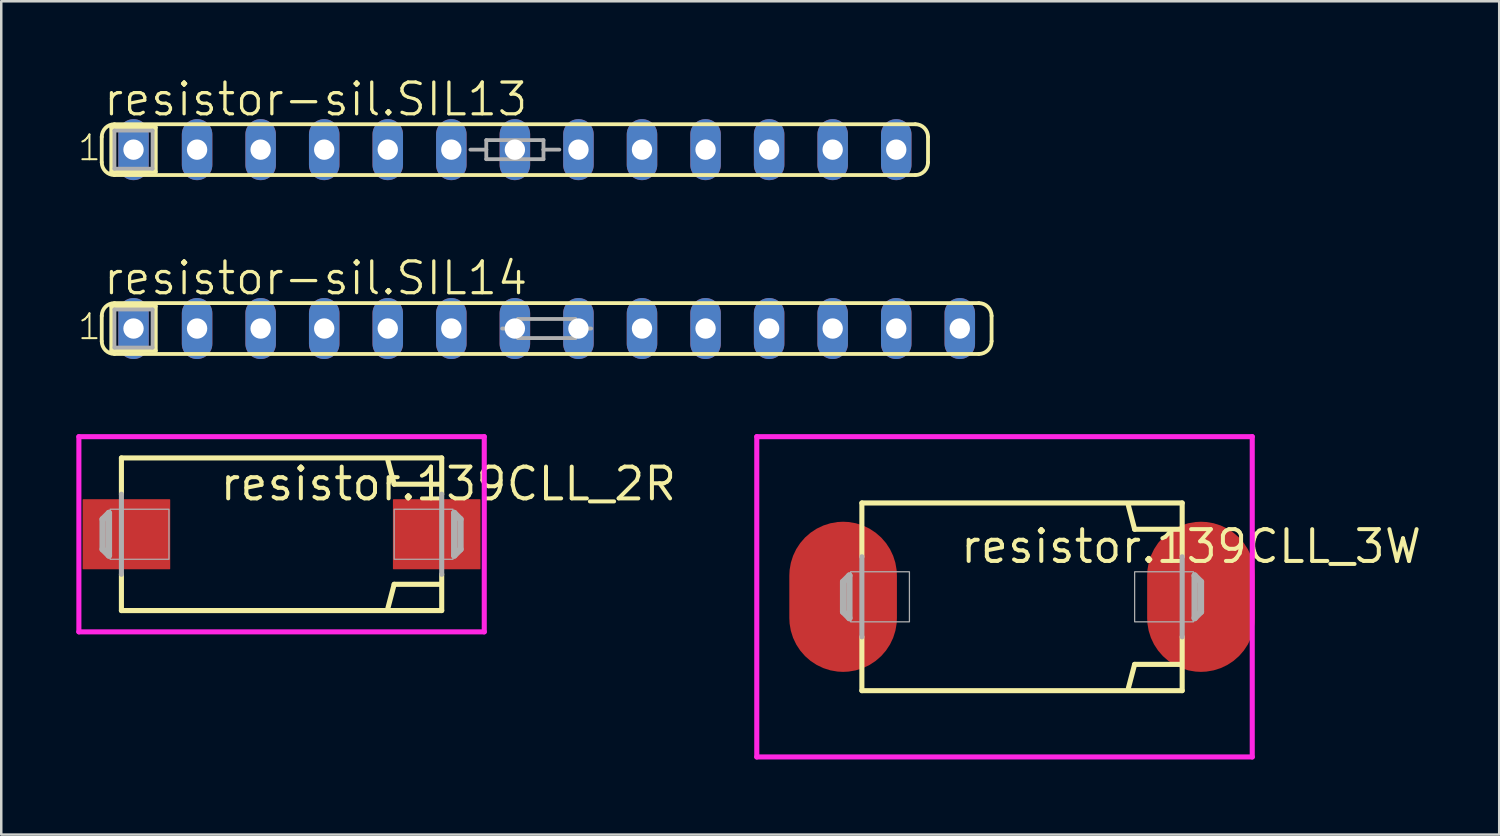
<source format=kicad_pcb>
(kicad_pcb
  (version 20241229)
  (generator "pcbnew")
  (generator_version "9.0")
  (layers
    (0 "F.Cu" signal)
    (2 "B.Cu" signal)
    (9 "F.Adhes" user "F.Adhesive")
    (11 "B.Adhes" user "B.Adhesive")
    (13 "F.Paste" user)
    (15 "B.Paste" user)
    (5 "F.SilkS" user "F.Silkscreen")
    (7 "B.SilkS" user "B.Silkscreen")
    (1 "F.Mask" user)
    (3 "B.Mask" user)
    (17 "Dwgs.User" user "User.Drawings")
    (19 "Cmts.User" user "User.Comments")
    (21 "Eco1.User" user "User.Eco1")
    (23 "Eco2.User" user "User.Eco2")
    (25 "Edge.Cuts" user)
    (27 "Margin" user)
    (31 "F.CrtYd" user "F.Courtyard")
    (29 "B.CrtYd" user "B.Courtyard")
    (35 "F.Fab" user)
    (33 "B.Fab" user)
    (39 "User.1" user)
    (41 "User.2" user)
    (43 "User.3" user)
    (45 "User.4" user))
  (footprint "resistor.139CLL_2R"
    (layer "F.Cu")
    (at 8.202 18.3)
    (property "Reference" "resistor.139CLL_2R" (at -2.54 -1.27 0) (layer "F.SilkS") (effects (font (size 1.27 1.27) (thickness 0.16)) (justify left bottom)))
    (attr smd)
    (fp_line (start -6.4 -3.05) (end 6.4 -3.05) (stroke (width 0.203) (type default)) (layer "F.SilkS"))
    (fp_line (start -6.4 -1.6) (end -6.4 -3.05) (stroke (width 0.203) (type default)) (layer "F.SilkS"))
    (fp_line (start -6.4 3.05) (end -6.4 1.6) (stroke (width 0.203) (type default)) (layer "F.SilkS"))
    (fp_line (start 4.5 -2) (end 4.25 -2.95) (stroke (width 0.203) (type default)) (layer "F.SilkS"))
    (fp_line (start 4.5 2) (end 4.25 2.95) (stroke (width 0.203) (type default)) (layer "F.SilkS"))
    (fp_line (start 6.35 -2) (end 4.5 -2) (stroke (width 0.203) (type default)) (layer "F.SilkS"))
    (fp_line (start 6.35 2) (end 4.5 2) (stroke (width 0.203) (type default)) (layer "F.SilkS"))
    (fp_line (start 6.4 -3.05) (end 6.4 -1.6) (stroke (width 0.203) (type default)) (layer "F.SilkS"))
    (fp_line (start 6.4 1.6) (end 6.4 3.05) (stroke (width 0.203) (type default)) (layer "F.SilkS"))
    (fp_line (start 6.4 3.05) (end -6.4 3.05) (stroke (width 0.203) (type default)) (layer "F.SilkS"))
    (fp_line (start -8.1 -3.9) (end -8.1 3.9) (stroke (width 0.203) (type default)) (layer "F.CrtYd"))
    (fp_line (start -8.1 3.9) (end 8.1 3.9) (stroke (width 0.203) (type default)) (layer "F.CrtYd"))
    (fp_line (start 8.1 -3.9) (end -8.1 -3.9) (stroke (width 0.203) (type default)) (layer "F.CrtYd"))
    (fp_line (start 8.1 3.9) (end 8.1 -3.9) (stroke (width 0.203) (type default)) (layer "F.CrtYd"))
    (fp_line (start -7.15 -0.6) (end -6.9 -0.85) (stroke (width 0.254) (type default)) (layer "F.Fab"))
    (fp_line (start -7.15 0.6) (end -7.15 -0.6) (stroke (width 0.254) (type default)) (layer "F.Fab"))
    (fp_line (start -6.9 -0.85) (end -6.9 0.85) (stroke (width 0.254) (type default)) (layer "F.Fab"))
    (fp_line (start -6.9 0.85) (end -7.15 0.6) (stroke (width 0.254) (type default)) (layer "F.Fab"))
    (fp_line (start -6.4 1.6) (end -6.4 -1.6) (stroke (width 0.203) (type default)) (layer "F.Fab"))
    (fp_line (start 6.4 -1.6) (end 6.4 1.6) (stroke (width 0.203) (type default)) (layer "F.Fab"))
    (fp_line (start 6.9 -0.85) (end 7.15 -0.6) (stroke (width 0.254) (type default)) (layer "F.Fab"))
    (fp_line (start 6.9 0.85) (end 6.9 -0.85) (stroke (width 0.254) (type default)) (layer "F.Fab"))
    (fp_line (start 7.15 -0.6) (end 7.15 0.6) (stroke (width 0.254) (type default)) (layer "F.Fab"))
    (fp_line (start 7.15 0.6) (end 6.9 0.85) (stroke (width 0.254) (type default)) (layer "F.Fab"))
    (fp_rect (start -6.85 1) (end -4.5 -1) (stroke (width 0.05) (type default)) (fill no) (layer "F.Fab"))
    (fp_rect (start 4.5 1) (end 6.85 -1) (stroke (width 0.05) (type default)) (fill no) (layer "F.Fab"))
    (pad "+" smd roundrect (at 6.2 0) (size 3.5 2.8) (layers "F.Cu" "F.Mask" "F.Paste") (roundrect_rratio 0.01))
    (pad "-" smd roundrect (at -6.2 0) (size 3.5 2.8) (layers "F.Cu" "F.Mask" "F.Paste") (roundrect_rratio 0.01)))
  (footprint "resistor.139CLL_3W"
    (layer "F.Cu")
    (at 37.793 20.8)
    (property "Reference" "resistor.139CLL_3W" (at -2.54 -1.27 0) (layer "F.SilkS") (effects (font (size 1.27 1.27) (thickness 0.16)) (justify left bottom)))
    (attr smd)
    (fp_line (start -6.4 -3.75) (end 6.4 -3.75) (stroke (width 0.203) (type default)) (layer "F.SilkS"))
    (fp_line (start -6.4 -1.6) (end -6.4 -3.75) (stroke (width 0.203) (type default)) (layer "F.SilkS"))
    (fp_line (start -6.4 3.75) (end -6.4 1.6) (stroke (width 0.203) (type default)) (layer "F.SilkS"))
    (fp_line (start 4.5 -2.7) (end 4.25 -3.65) (stroke (width 0.203) (type default)) (layer "F.SilkS"))
    (fp_line (start 4.5 2.7) (end 4.25 3.65) (stroke (width 0.203) (type default)) (layer "F.SilkS"))
    (fp_line (start 6.35 -2.7) (end 4.5 -2.7) (stroke (width 0.203) (type default)) (layer "F.SilkS"))
    (fp_line (start 6.35 2.7) (end 4.5 2.7) (stroke (width 0.203) (type default)) (layer "F.SilkS"))
    (fp_line (start 6.4 -3.75) (end 6.4 -1.6) (stroke (width 0.203) (type default)) (layer "F.SilkS"))
    (fp_line (start 6.4 1.6) (end 6.4 3.75) (stroke (width 0.203) (type default)) (layer "F.SilkS"))
    (fp_line (start 6.4 3.75) (end -6.4 3.75) (stroke (width 0.203) (type default)) (layer "F.SilkS"))
    (fp_line (start -10.6 -6.4) (end -10.6 6.4) (stroke (width 0.203) (type default)) (layer "F.CrtYd"))
    (fp_line (start -10.6 6.4) (end 9.2 6.4) (stroke (width 0.203) (type default)) (layer "F.CrtYd"))
    (fp_line (start 9.2 -6.4) (end -10.6 -6.4) (stroke (width 0.203) (type default)) (layer "F.CrtYd"))
    (fp_line (start 9.2 6.4) (end 9.2 -6.4) (stroke (width 0.203) (type default)) (layer "F.CrtYd"))
    (fp_line (start -7.15 -0.6) (end -6.9 -0.85) (stroke (width 0.254) (type default)) (layer "F.Fab"))
    (fp_line (start -7.15 0.6) (end -7.15 -0.6) (stroke (width 0.254) (type default)) (layer "F.Fab"))
    (fp_line (start -6.9 -0.85) (end -6.9 0.85) (stroke (width 0.254) (type default)) (layer "F.Fab"))
    (fp_line (start -6.9 0.85) (end -7.15 0.6) (stroke (width 0.254) (type default)) (layer "F.Fab"))
    (fp_line (start -6.4 1.6) (end -6.4 -1.6) (stroke (width 0.203) (type default)) (layer "F.Fab"))
    (fp_line (start 6.4 -1.6) (end 6.4 1.6) (stroke (width 0.203) (type default)) (layer "F.Fab"))
    (fp_line (start 6.9 -0.85) (end 7.15 -0.6) (stroke (width 0.254) (type default)) (layer "F.Fab"))
    (fp_line (start 6.9 0.85) (end 6.9 -0.85) (stroke (width 0.254) (type default)) (layer "F.Fab"))
    (fp_line (start 7.15 -0.6) (end 7.15 0.6) (stroke (width 0.254) (type default)) (layer "F.Fab"))
    (fp_line (start 7.15 0.6) (end 6.9 0.85) (stroke (width 0.254) (type default)) (layer "F.Fab"))
    (fp_rect (start -6.85 1) (end -4.5 -1) (stroke (width 0.05) (type default)) (fill no) (layer "F.Fab"))
    (fp_rect (start 4.5 1) (end 6.85 -1) (stroke (width 0.05) (type default)) (fill no) (layer "F.Fab"))
    (pad "+" smd roundrect (at 7.15 0) (size 4.3 6) (layers "F.Cu" "F.Mask" "F.Paste") (roundrect_rratio 0.5))
    (pad "-" smd roundrect (at -7.15 0) (size 4.3 6) (layers "F.Cu" "F.Mask" "F.Paste") (roundrect_rratio 0.5)))
  (footprint "resistor-sil.SIL13"
    (layer "F.Cu")
    (at 17.526 2.93)
    (property "Reference" "resistor-sil.SIL13" (at -16.51 -1.27 0) (layer "F.SilkS") (effects (font (size 1.27 1.27) (thickness 0.13)) (justify left bottom)))
    (attr through_hole)
    (fp_line (start -16.51 0.508) (end -16.51 -0.508) (stroke (width 0.152) (type default)) (layer "F.SilkS"))
    (fp_line (start -16.129 -0.889) (end -14.351 -0.889) (stroke (width 0.152) (type default)) (layer "F.SilkS"))
    (fp_line (start -16.129 0.889) (end -16.129 -0.889) (stroke (width 0.152) (type default)) (layer "F.SilkS"))
    (fp_line (start -16.002 1.016) (end 16.002 1.016) (stroke (width 0.152) (type default)) (layer "F.SilkS"))
    (fp_line (start -14.351 -0.889) (end -14.351 0.889) (stroke (width 0.152) (type default)) (layer "F.SilkS"))
    (fp_line (start -14.351 0.889) (end -16.129 0.889) (stroke (width 0.152) (type default)) (layer "F.SilkS"))
    (fp_line (start 16.002 -1.016) (end -16.002 -1.016) (stroke (width 0.152) (type default)) (layer "F.SilkS"))
    (fp_line (start 16.51 -0.508) (end 16.51 0.508) (stroke (width 0.152) (type default)) (layer "F.SilkS"))
    (fp_arc (start -16.51 -0.508) (mid -16.36121 -0.86721) (end -16.002 -1.016) (stroke (width 0.1524) (type default)) (layer "F.SilkS"))
    (fp_arc (start -16.002 1.016) (mid -16.36121 0.86721) (end -16.51 0.508) (stroke (width 0.1524) (type default)) (layer "F.SilkS"))
    (fp_arc (start 16.002 -1.016) (mid 16.36121 -0.86721) (end 16.51 -0.508) (stroke (width 0.1524) (type default)) (layer "F.SilkS"))
    (fp_arc (start 16.51 0.508) (mid 16.36121 0.86721) (end 16.002 1.016) (stroke (width 0.1524) (type default)) (layer "F.SilkS"))
    (fp_line (start -16.002 -0.762) (end -14.478 -0.762) (stroke (width 0.152) (type default)) (layer "F.Fab"))
    (fp_line (start -16.002 0.762) (end -16.002 -0.762) (stroke (width 0.152) (type default)) (layer "F.Fab"))
    (fp_line (start -14.478 -0.762) (end -14.478 0.762) (stroke (width 0.152) (type default)) (layer "F.Fab"))
    (fp_line (start -14.478 0.762) (end -16.002 0.762) (stroke (width 0.152) (type default)) (layer "F.Fab"))
    (fp_line (start -1.778 0) (end -1.143 0) (stroke (width 0.152) (type default)) (layer "F.Fab"))
    (fp_line (start -1.143 -0.381) (end 1.143 -0.381) (stroke (width 0.152) (type default)) (layer "F.Fab"))
    (fp_line (start -1.143 0) (end -1.143 -0.381) (stroke (width 0.152) (type default)) (layer "F.Fab"))
    (fp_line (start -1.143 0.381) (end -1.143 0) (stroke (width 0.152) (type default)) (layer "F.Fab"))
    (fp_line (start 1.143 -0.381) (end 1.143 0) (stroke (width 0.152) (type default)) (layer "F.Fab"))
    (fp_line (start 1.143 0) (end 1.143 0.381) (stroke (width 0.152) (type default)) (layer "F.Fab"))
    (fp_line (start 1.143 0.381) (end -1.143 0.381) (stroke (width 0.152) (type default)) (layer "F.Fab"))
    (fp_line (start 1.778 0) (end 1.143 0) (stroke (width 0.152) (type default)) (layer "F.Fab"))
    (fp_text user "1" (at -17.526 0.508 0) (layer "F.SilkS") (effects (font (size 0.991 0.991) (thickness 0.08)) (justify left bottom)))
    (pad "1" thru_hole oval (at -15.24 0 90) (size 2.438 1.219) (drill 0.813) (layers "*.Cu" "*.Mask"))
    (pad "2" thru_hole oval (at -12.7 0 90) (size 2.438 1.219) (drill 0.813) (layers "*.Cu" "*.Mask"))
    (pad "3" thru_hole oval (at -10.16 0 90) (size 2.438 1.219) (drill 0.813) (layers "*.Cu" "*.Mask"))
    (pad "4" thru_hole oval (at -7.62 0 90) (size 2.438 1.219) (drill 0.813) (layers "*.Cu" "*.Mask"))
    (pad "5" thru_hole oval (at -5.08 0 90) (size 2.438 1.219) (drill 0.813) (layers "*.Cu" "*.Mask"))
    (pad "6" thru_hole oval (at -2.54 0 90) (size 2.438 1.219) (drill 0.813) (layers "*.Cu" "*.Mask"))
    (pad "7" thru_hole oval (at 0 0 90) (size 2.438 1.219) (drill 0.813) (layers "*.Cu" "*.Mask"))
    (pad "8" thru_hole oval (at 2.54 0 90) (size 2.438 1.219) (drill 0.813) (layers "*.Cu" "*.Mask"))
    (pad "9" thru_hole oval (at 5.08 0 90) (size 2.438 1.219) (drill 0.813) (layers "*.Cu" "*.Mask"))
    (pad "10" thru_hole oval (at 7.62 0 90) (size 2.438 1.219) (drill 0.813) (layers "*.Cu" "*.Mask"))
    (pad "11" thru_hole oval (at 10.16 0 90) (size 2.438 1.219) (drill 0.813) (layers "*.Cu" "*.Mask"))
    (pad "12" thru_hole oval (at 12.7 0 90) (size 2.438 1.219) (drill 0.813) (layers "*.Cu" "*.Mask"))
    (pad "13" thru_hole oval (at 15.24 0 90) (size 2.438 1.219) (drill 0.813) (layers "*.Cu" "*.Mask")))
  (footprint "resistor-sil.SIL14"
    (layer "F.Cu")
    (at 18.796 10.079)
    (property "Reference" "resistor-sil.SIL14" (at -17.78 -1.27 0) (layer "F.SilkS") (effects (font (size 1.27 1.27) (thickness 0.13)) (justify left bottom)))
    (attr through_hole)
    (fp_line (start -17.78 0.508) (end -17.78 -0.508) (stroke (width 0.152) (type default)) (layer "F.SilkS"))
    (fp_line (start -17.399 -0.889) (end -15.621 -0.889) (stroke (width 0.152) (type default)) (layer "F.SilkS"))
    (fp_line (start -17.399 0.889) (end -17.399 -0.889) (stroke (width 0.152) (type default)) (layer "F.SilkS"))
    (fp_line (start -17.272 1.016) (end 17.272 1.016) (stroke (width 0.152) (type default)) (layer "F.SilkS"))
    (fp_line (start -15.621 -0.889) (end -15.621 0.889) (stroke (width 0.152) (type default)) (layer "F.SilkS"))
    (fp_line (start -15.621 0.889) (end -17.399 0.889) (stroke (width 0.152) (type default)) (layer "F.SilkS"))
    (fp_line (start 17.272 -1.016) (end -17.272 -1.016) (stroke (width 0.152) (type default)) (layer "F.SilkS"))
    (fp_line (start 17.78 -0.508) (end 17.78 0.508) (stroke (width 0.152) (type default)) (layer "F.SilkS"))
    (fp_arc (start -17.78 -0.508) (mid -17.63121 -0.86721) (end -17.272 -1.016) (stroke (width 0.1524) (type default)) (layer "F.SilkS"))
    (fp_arc (start -17.272 1.016) (mid -17.63121 0.86721) (end -17.78 0.508) (stroke (width 0.1524) (type default)) (layer "F.SilkS"))
    (fp_arc (start 17.272 -1.016) (mid 17.63121 -0.86721) (end 17.78 -0.508) (stroke (width 0.1524) (type default)) (layer "F.SilkS"))
    (fp_arc (start 17.78 0.508) (mid 17.63121 0.86721) (end 17.272 1.016) (stroke (width 0.1524) (type default)) (layer "F.SilkS"))
    (fp_line (start -17.272 -0.762) (end -15.748 -0.762) (stroke (width 0.152) (type default)) (layer "F.Fab"))
    (fp_line (start -17.272 0.762) (end -17.272 -0.762) (stroke (width 0.152) (type default)) (layer "F.Fab"))
    (fp_line (start -15.748 -0.762) (end -15.748 0.762) (stroke (width 0.152) (type default)) (layer "F.Fab"))
    (fp_line (start -15.748 0.762) (end -17.272 0.762) (stroke (width 0.152) (type default)) (layer "F.Fab"))
    (fp_line (start -1.778 0) (end -1.143 0) (stroke (width 0.152) (type default)) (layer "F.Fab"))
    (fp_line (start -1.143 -0.381) (end 1.143 -0.381) (stroke (width 0.152) (type default)) (layer "F.Fab"))
    (fp_line (start -1.143 0) (end -1.143 -0.381) (stroke (width 0.152) (type default)) (layer "F.Fab"))
    (fp_line (start -1.143 0.381) (end -1.143 0) (stroke (width 0.152) (type default)) (layer "F.Fab"))
    (fp_line (start 1.143 -0.381) (end 1.143 0) (stroke (width 0.152) (type default)) (layer "F.Fab"))
    (fp_line (start 1.143 0) (end 1.143 0.381) (stroke (width 0.152) (type default)) (layer "F.Fab"))
    (fp_line (start 1.143 0.381) (end -1.143 0.381) (stroke (width 0.152) (type default)) (layer "F.Fab"))
    (fp_line (start 1.778 0) (end 1.143 0) (stroke (width 0.152) (type default)) (layer "F.Fab"))
    (fp_text user "1" (at -18.796 0.508 0) (layer "F.SilkS") (effects (font (size 0.991 0.991) (thickness 0.08)) (justify left bottom)))
    (pad "1" thru_hole oval (at -16.51 0 90) (size 2.438 1.219) (drill 0.813) (layers "*.Cu" "*.Mask"))
    (pad "2" thru_hole oval (at -13.97 0 90) (size 2.438 1.219) (drill 0.813) (layers "*.Cu" "*.Mask"))
    (pad "3" thru_hole oval (at -11.43 0 90) (size 2.438 1.219) (drill 0.813) (layers "*.Cu" "*.Mask"))
    (pad "4" thru_hole oval (at -8.89 0 90) (size 2.438 1.219) (drill 0.813) (layers "*.Cu" "*.Mask"))
    (pad "5" thru_hole oval (at -6.35 0 90) (size 2.438 1.219) (drill 0.813) (layers "*.Cu" "*.Mask"))
    (pad "6" thru_hole oval (at -3.81 0 90) (size 2.438 1.219) (drill 0.813) (layers "*.Cu" "*.Mask"))
    (pad "7" thru_hole oval (at -1.27 0 90) (size 2.438 1.219) (drill 0.813) (layers "*.Cu" "*.Mask"))
    (pad "8" thru_hole oval (at 1.27 0 90) (size 2.438 1.219) (drill 0.813) (layers "*.Cu" "*.Mask"))
    (pad "9" thru_hole oval (at 3.81 0 90) (size 2.438 1.219) (drill 0.813) (layers "*.Cu" "*.Mask"))
    (pad "10" thru_hole oval (at 6.35 0 90) (size 2.438 1.219) (drill 0.813) (layers "*.Cu" "*.Mask"))
    (pad "11" thru_hole oval (at 8.89 0 90) (size 2.438 1.219) (drill 0.813) (layers "*.Cu" "*.Mask"))
    (pad "12" thru_hole oval (at 11.43 0 90) (size 2.438 1.219) (drill 0.813) (layers "*.Cu" "*.Mask"))
    (pad "13" thru_hole oval (at 13.97 0 90) (size 2.438 1.219) (drill 0.813) (layers "*.Cu" "*.Mask"))
    (pad "14" thru_hole oval (at 16.51 0 90) (size 2.438 1.219) (drill 0.813) (layers "*.Cu" "*.Mask")))
  (gr_rect
    (start -3 -3)
    (end 56.863 30.302)
    (stroke (width 0.1) (type default))
    (fill no)
    (layer "Edge.Cuts")))
</source>
